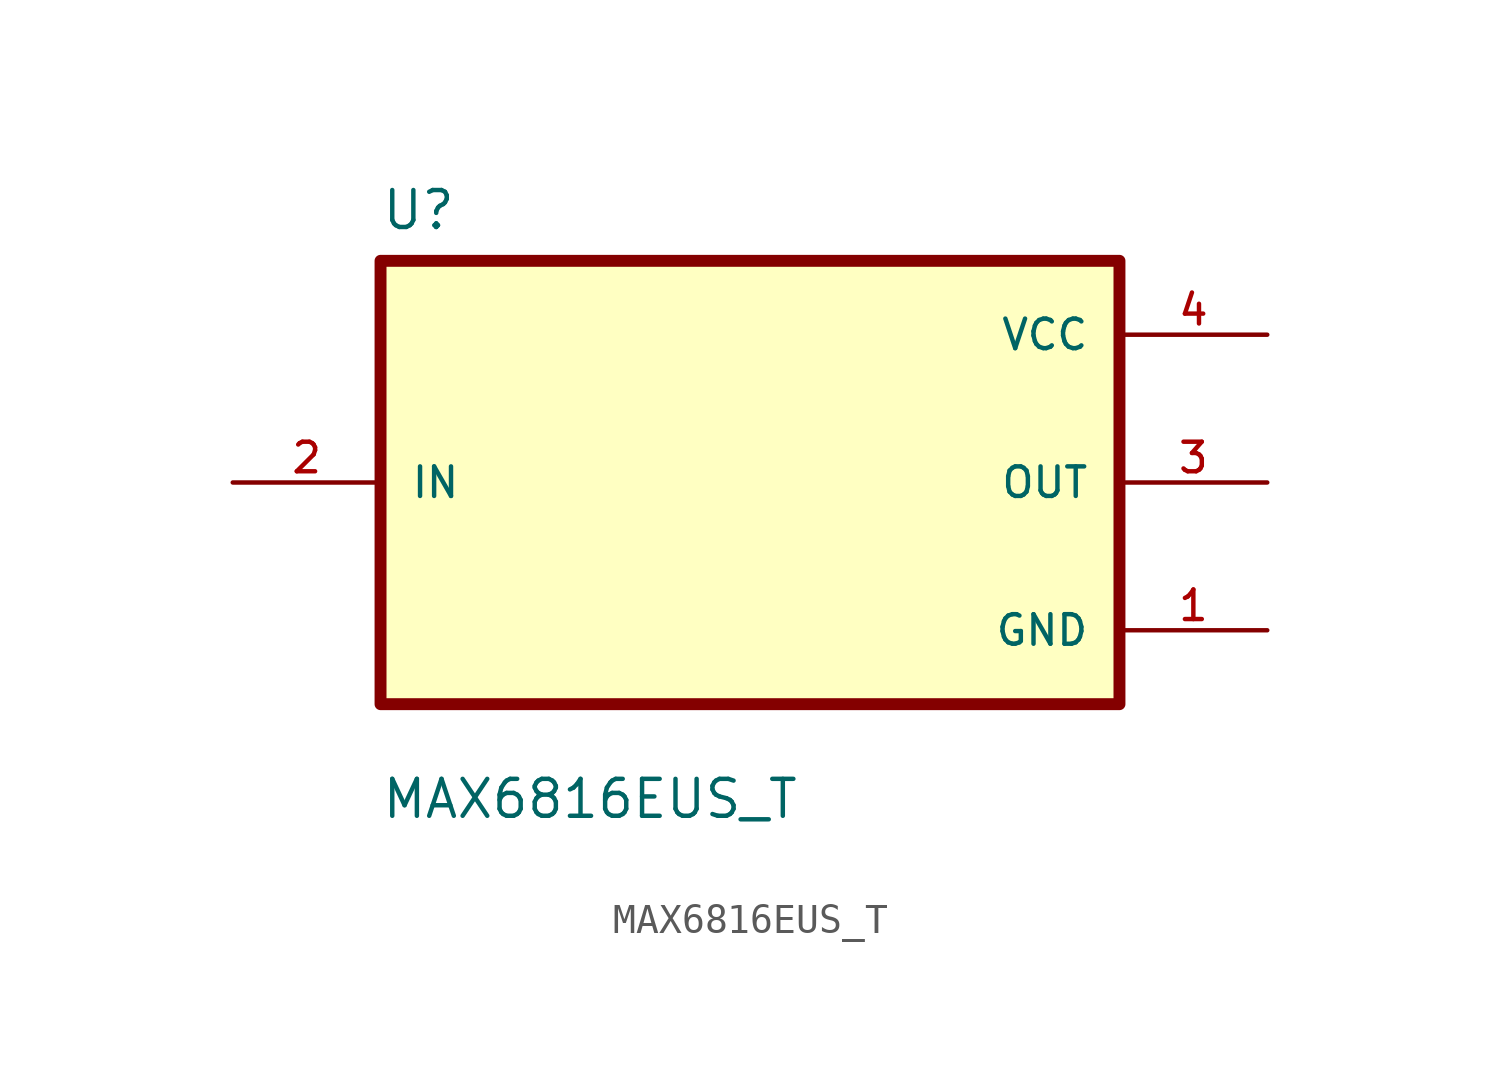
<source format=kicad_sym>
(kicad_symbol_lib
  (version 20211014)
  (generator kicad_symbol_editor)
  (symbol "MAX6816EUS_T"
    (pin_names
      (offset 1.016))
    (property "Reference" "U"
      (at -12.7 8.62 0.0)
      (effects (font (size 1.27 1.27)) (justify bottom left)))
    (property "Value" "MAX6816EUS_T"
      (at -12.7 -11.62 0.0)
      (effects (font (size 1.27 1.27)) (justify bottom left)))
    (symbol "MAX6816EUS_T_0_0"
      (rectangle (start -12.7 -7.62) (end 12.7 7.62) (stroke (width 0.41)) (fill (type background)))
      (pin input line (at -17.78 0.0 0) (length 5.08) (name "IN" (effects (font (size 1.016 1.016)))) (number "2" (effects (font (size 1.016 1.016)))))
      (pin power_in line (at 17.78 5.08 180.0) (length 5.08) (name "VCC" (effects (font (size 1.016 1.016)))) (number "4" (effects (font (size 1.016 1.016)))))
      (pin output line (at 17.78 0.0 180.0) (length 5.08) (name "OUT" (effects (font (size 1.016 1.016)))) (number "3" (effects (font (size 1.016 1.016)))))
      (pin power_in line (at 17.78 -5.08 180.0) (length 5.08) (name "GND" (effects (font (size 1.016 1.016)))) (number "1" (effects (font (size 1.016 1.016))))))))
</source>
